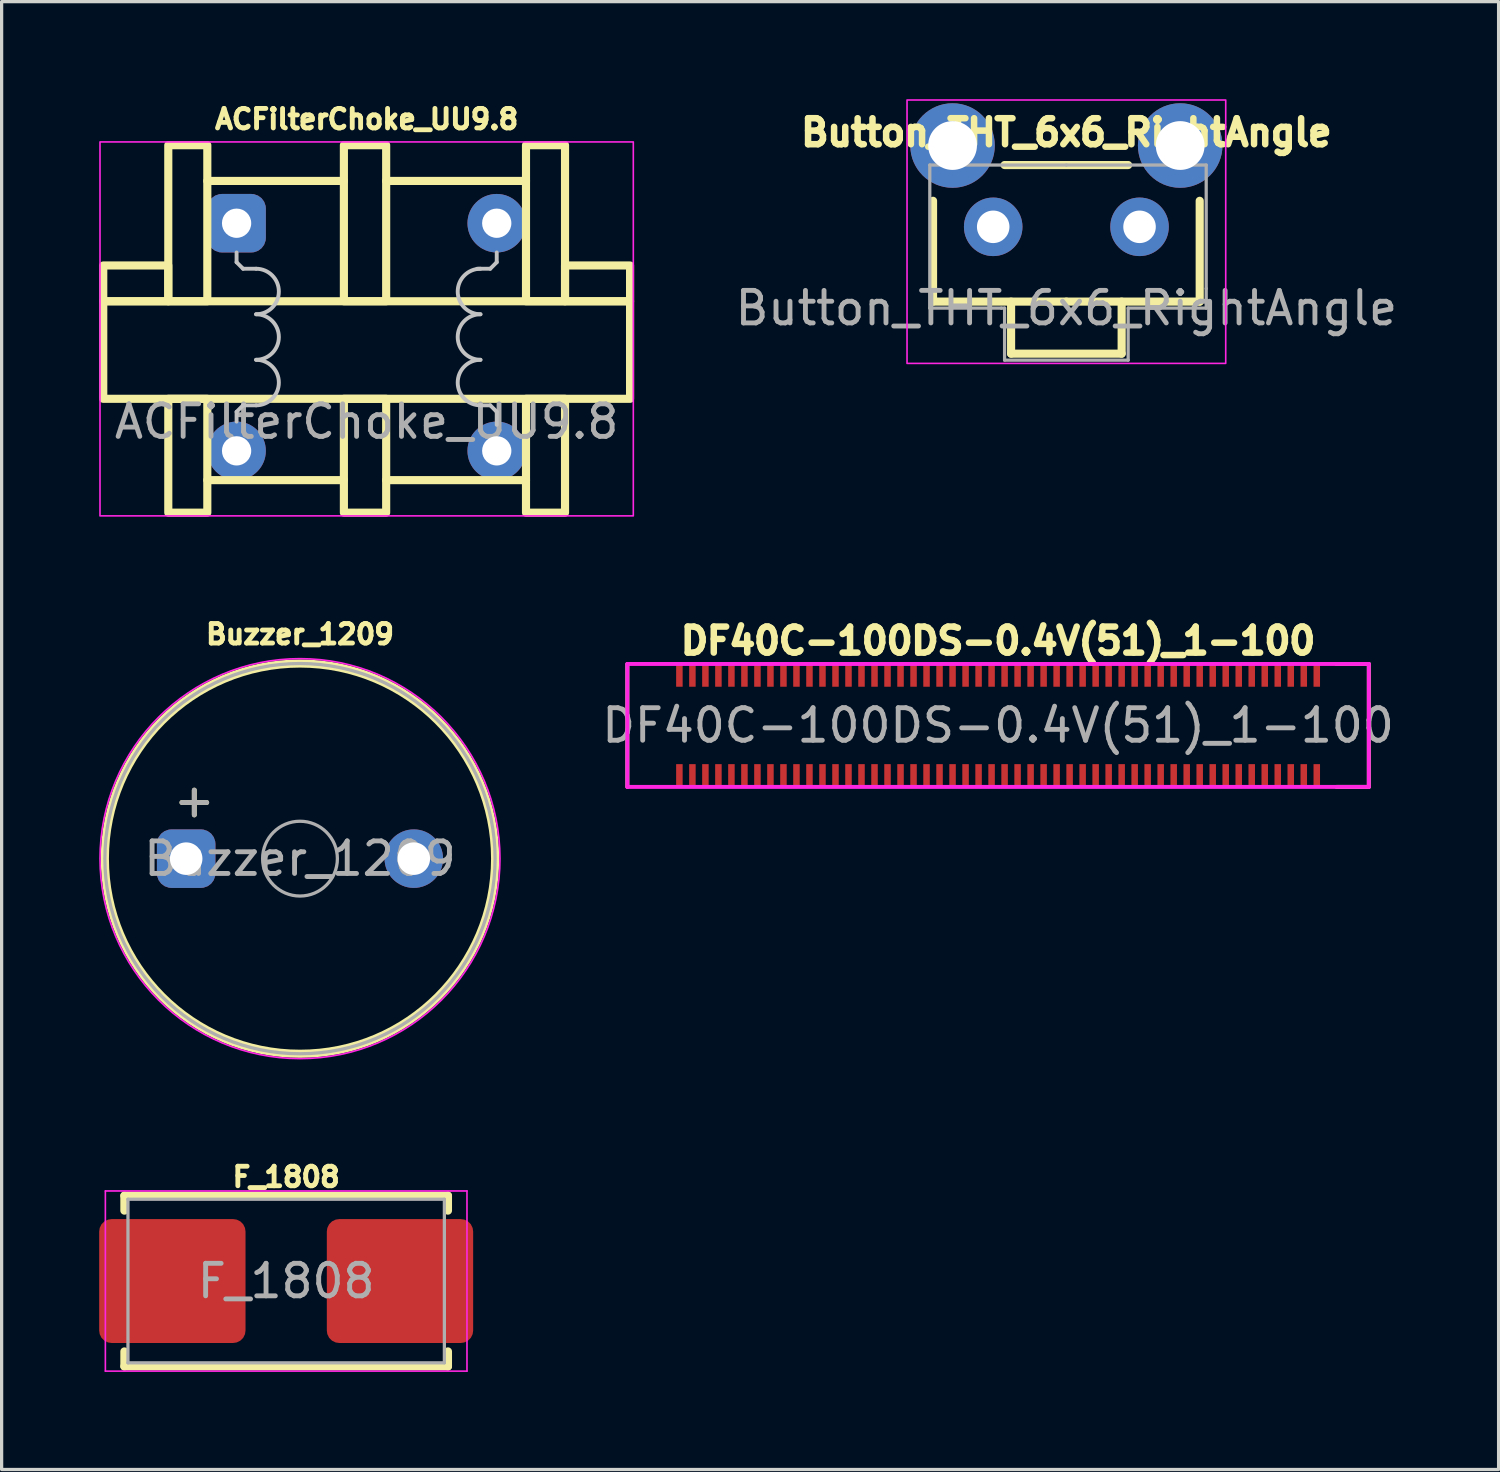
<source format=kicad_pcb>
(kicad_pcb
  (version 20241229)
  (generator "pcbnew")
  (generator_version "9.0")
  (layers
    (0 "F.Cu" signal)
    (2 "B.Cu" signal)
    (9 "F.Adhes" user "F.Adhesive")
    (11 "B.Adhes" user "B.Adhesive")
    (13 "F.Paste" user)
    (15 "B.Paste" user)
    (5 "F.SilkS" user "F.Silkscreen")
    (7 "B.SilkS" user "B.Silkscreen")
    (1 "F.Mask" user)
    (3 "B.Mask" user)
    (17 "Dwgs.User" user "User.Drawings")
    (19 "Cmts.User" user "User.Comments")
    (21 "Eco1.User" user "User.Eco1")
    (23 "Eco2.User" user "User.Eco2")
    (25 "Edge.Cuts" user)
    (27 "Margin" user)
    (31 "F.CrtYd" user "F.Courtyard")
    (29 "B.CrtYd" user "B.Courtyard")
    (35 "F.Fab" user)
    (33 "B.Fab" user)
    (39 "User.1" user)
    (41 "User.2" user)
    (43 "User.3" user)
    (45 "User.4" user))
  (footprint "Button_THT_6x6_RightAngle"
    (layer "F.Cu")
    (at 29.742 3.925)
    (property "Reference" "Button_THT_6x6_RightAngle" (at 0 -2.9 0) (unlocked yes) (layer "F.SilkS") (effects (font (size 0.8 0.8) (thickness 0.2) (bold yes))))
    (attr through_hole)
    (fp_line (start -4.1 2.3) (end -4.1 -0.8) (stroke (width 0.25) (type default)) (layer "F.SilkS"))
    (fp_line (start -1.9 -1.9) (end 1.9 -1.9) (stroke (width 0.25) (type default)) (layer "F.SilkS"))
    (fp_line (start -1.7 3.9) (end -1.7 2.3) (stroke (width 0.25) (type default)) (layer "F.SilkS"))
    (fp_line (start 0 2.3) (end -4.1 2.3) (stroke (width 0.25) (type default)) (layer "F.SilkS"))
    (fp_line (start 0 2.3) (end 4.1 2.3) (stroke (width 0.25) (type default)) (layer "F.SilkS"))
    (fp_line (start 1.7 2.3) (end 1.7 3.9) (stroke (width 0.25) (type default)) (layer "F.SilkS"))
    (fp_line (start 1.7 3.9) (end -1.7 3.9) (stroke (width 0.25) (type default)) (layer "F.SilkS"))
    (fp_line (start 4.1 2.3) (end 4.1 -0.8) (stroke (width 0.25) (type default)) (layer "F.SilkS"))
    (fp_rect (start -4.9 -3.9) (end 4.9 4.2) (stroke (width 0.05) (type default)) (fill no) (layer "F.CrtYd"))
    (fp_line (start -4.2 -1.9) (end -4.2 2.5) (stroke (width 0.1) (type default)) (layer "F.Fab"))
    (fp_line (start -4.2 2.5) (end -2 2.5) (stroke (width 0.1) (type default)) (layer "F.Fab"))
    (fp_line (start -2 2.5) (end -1.9 2.5) (stroke (width 0.1) (type default)) (layer "F.Fab"))
    (fp_line (start -1.9 2.5) (end -1.9 4.1) (stroke (width 0.1) (type default)) (layer "F.Fab"))
    (fp_line (start -1.9 4.1) (end 1.9 4.1) (stroke (width 0.1) (type default)) (layer "F.Fab"))
    (fp_line (start 0 -1.9) (end -4.2 -1.9) (stroke (width 0.1) (type default)) (layer "F.Fab"))
    (fp_line (start 1.9 2.5) (end 4.3 2.5) (stroke (width 0.1) (type default)) (layer "F.Fab"))
    (fp_line (start 1.9 4.1) (end 1.9 2.5) (stroke (width 0.1) (type default)) (layer "F.Fab"))
    (fp_line (start 4.3 -1.9) (end 0 -1.9) (stroke (width 0.1) (type default)) (layer "F.Fab"))
    (fp_line (start 4.3 1.9) (end 4.3 -1.9) (stroke (width 0.1) (type default)) (layer "F.Fab"))
    (fp_line (start 4.3 2.5) (end 4.3 1.9) (stroke (width 0.1) (type default)) (layer "F.Fab"))
    (fp_text user "${REFERENCE}" (at 0 2.5 0) (unlocked yes) (layer "F.Fab") (effects (font (size 1 1) (thickness 0.15))))
    (pad "" thru_hole circle (at -3.5 -2.5) (size 2.6 2.6) (drill 1.5) (layers "*.Cu" "*.Mask"))
    (pad "" thru_hole circle (at 3.5 -2.5) (size 2.6 2.6) (drill 1.5) (layers "*.Cu" "*.Mask"))
    (pad "1" thru_hole circle (at -2.25 0) (size 1.8 1.8) (drill 1) (layers "*.Cu" "*.Mask"))
    (pad "2" thru_hole circle (at 2.25 0) (size 1.8 1.8) (drill 1) (layers "*.Cu" "*.Mask")))
  (footprint "Buzzer_1209"
    (layer "F.Cu")
    (at 6.175 23.354)
    (property "Reference" "Buzzer_1209" (at 0 -6.9 0) (unlocked yes) (layer "F.SilkS") (effects (font (size 0.6 0.6) (thickness 0.15) (bold yes))))
    (attr through_hole)
    (fp_circle (center 0 0) (end 6 0) (stroke (width 0.25) (type solid)) (fill no) (layer "F.SilkS"))
    (fp_circle (center 0 0) (end 6.15 0) (stroke (width 0.05) (type solid)) (fill no) (layer "F.CrtYd"))
    (fp_circle (center 0 0) (end 1.15 0) (stroke (width 0.1) (type solid)) (fill no) (layer "F.Fab"))
    (fp_circle (center 0 0) (end 6 0) (stroke (width 0.1) (type solid)) (fill no) (layer "F.Fab"))
    (fp_text user "+" (at -3.25 -1.8 0) (layer "F.SilkS") (effects (font (size 1 1) (thickness 0.15))))
    (fp_text user "+" (at -3.25 -1.8 0) (layer "F.Fab") (effects (font (size 1 1) (thickness 0.15))))
    (fp_text user "${REFERENCE}" (at 0 0 0) (unlocked yes) (layer "F.Fab") (effects (font (size 1 1) (thickness 0.15))))
    (pad "1" thru_hole roundrect (at -3.5 0) (size 1.8 1.8) (drill 1) (layers "*.Cu" "*.Mask") (roundrect_rratio 0.25))
    (pad "2" thru_hole circle (at 3.5 0) (size 1.8 1.8) (drill 1) (layers "*.Cu" "*.Mask")))
  (footprint "ACFilterChoke_UU9.8"
    (layer "F.Cu")
    (at 8.225 7.414)
    (property "Reference" "ACFilterChoke_UU9.8" (at 0 -6.8 0) (unlocked yes) (layer "F.SilkS") (effects (font (size 0.6 0.6) (thickness 0.15) (bold yes))))
    (attr through_hole)
    (fp_line (start -4.9 -4.9) (end -0.7 -4.9) (stroke (width 0.25) (type solid)) (layer "F.SilkS"))
    (fp_line (start -4.9 4.3) (end -0.7 4.3) (stroke (width 0.25) (type solid)) (layer "F.SilkS"))
    (fp_line (start 0.6 -4.9) (end 4.9 -4.9) (stroke (width 0.25) (type solid)) (layer "F.SilkS"))
    (fp_line (start 0.6 4.3) (end 4.9 4.3) (stroke (width 0.25) (type solid)) (layer "F.SilkS"))
    (fp_rect (start -8.1 -1.2) (end -6.1 -2.3) (stroke (width 0.25) (type solid)) (fill no) (layer "F.SilkS"))
    (fp_rect (start -8.1 -1.2) (end 8.1 1.8) (stroke (width 0.25) (type solid)) (fill no) (layer "F.SilkS"))
    (fp_rect (start -6.1 -1.2) (end -4.9 -6) (stroke (width 0.25) (type solid)) (fill no) (layer "F.SilkS"))
    (fp_rect (start -6.1 1.8) (end -4.9 5.3) (stroke (width 0.25) (type solid)) (fill no) (layer "F.SilkS"))
    (fp_rect (start -0.7 -1.2) (end 0.6 -6) (stroke (width 0.25) (type solid)) (fill no) (layer "F.SilkS"))
    (fp_rect (start 0.6 5.3) (end -0.7 1.8) (stroke (width 0.25) (type solid)) (fill no) (layer "F.SilkS"))
    (fp_rect (start 4.9 -1.2) (end 6.1 -6) (stroke (width 0.25) (type solid)) (fill no) (layer "F.SilkS"))
    (fp_rect (start 6.1 -1.2) (end 8.1 -2.3) (stroke (width 0.25) (type solid)) (fill no) (layer "F.SilkS"))
    (fp_rect (start 6.1 5.3) (end 4.9 1.8) (stroke (width 0.25) (type solid)) (fill no) (layer "F.SilkS"))
    (fp_line (start -4 -2.7) (end -4 -2.4) (stroke (width 0.12) (type solid)) (layer "Dwgs.User"))
    (fp_line (start -4 -2.4) (end -3.8 -2.2) (stroke (width 0.12) (type solid)) (layer "Dwgs.User"))
    (fp_line (start -4 2.2) (end -4 2.5) (stroke (width 0.12) (type solid)) (layer "Dwgs.User"))
    (fp_line (start -3.8 -2.2) (end -3.4 -2.2) (stroke (width 0.12) (type solid)) (layer "Dwgs.User"))
    (fp_line (start -3.8 2) (end -4 2.2) (stroke (width 0.12) (type solid)) (layer "Dwgs.User"))
    (fp_line (start -3.4 2) (end -3.8 2) (stroke (width 0.12) (type solid)) (layer "Dwgs.User"))
    (fp_line (start 3.4 -2.2) (end 3.8 -2.2) (stroke (width 0.12) (type solid)) (layer "Dwgs.User"))
    (fp_line (start 3.8 -2.2) (end 4 -2.4) (stroke (width 0.12) (type solid)) (layer "Dwgs.User"))
    (fp_line (start 3.8 2) (end 3.5 2) (stroke (width 0.12) (type solid)) (layer "Dwgs.User"))
    (fp_line (start 4 -2.4) (end 4 -2.7) (stroke (width 0.12) (type solid)) (layer "Dwgs.User"))
    (fp_line (start 4 2.2) (end 3.8 2) (stroke (width 0.12) (type solid)) (layer "Dwgs.User"))
    (fp_line (start 4 2.6) (end 4 2.2) (stroke (width 0.12) (type solid)) (layer "Dwgs.User"))
    (fp_arc (start -3.4 -2.2) (mid -2.7 -1.5) (end -3.4 -0.8) (stroke (width 0.12) (type solid)) (layer "Dwgs.User"))
    (fp_arc (start -3.4 -0.8) (mid -2.7 -0.1) (end -3.4 0.6) (stroke (width 0.12) (type solid)) (layer "Dwgs.User"))
    (fp_arc (start -3.4 0.6) (mid -2.7 1.3) (end -3.4 2) (stroke (width 0.12) (type solid)) (layer "Dwgs.User"))
    (fp_arc (start 3.5 -0.8) (mid 2.8 -1.5) (end 3.5 -2.2) (stroke (width 0.12) (type solid)) (layer "Dwgs.User"))
    (fp_arc (start 3.5 0.6) (mid 2.8 -0.1) (end 3.5 -0.8) (stroke (width 0.12) (type solid)) (layer "Dwgs.User"))
    (fp_arc (start 3.5 2) (mid 2.8 1.3) (end 3.5 0.6) (stroke (width 0.12) (type solid)) (layer "Dwgs.User"))
    (fp_rect (start -8.2 -6.1) (end 8.2 5.4) (stroke (width 0.05) (type solid)) (fill no) (layer "F.CrtYd"))
    (fp_text user "${REFERENCE}" (at 0 2.5 0) (unlocked yes) (layer "F.Fab") (effects (font (size 1 1) (thickness 0.15))))
    (pad "1" thru_hole roundrect (at -4 -3.6) (size 1.8 1.8) (drill 0.9) (layers "*.Cu" "*.Mask") (roundrect_rratio 0.25))
    (pad "2" thru_hole circle (at -4 3.4) (size 1.8 1.8) (drill 0.9) (layers "*.Cu" "*.Mask"))
    (pad "3" thru_hole circle (at 4 3.4) (size 1.8 1.8) (drill 0.9) (layers "*.Cu" "*.Mask"))
    (pad "4" thru_hole circle (at 4 -3.6) (size 1.8 1.8) (drill 0.9) (layers "*.Cu" "*.Mask")))
  (footprint "DF40C-100DS-0.4V(51)_1-100"
    (layer "F.Cu")
    (at 27.642 19.258)
    (property "Reference" "DF40C-100DS-0.4V(51)_1-100" (at 0 -2.6 0) (unlocked yes) (layer "F.SilkS") (effects (font (size 0.8 0.8) (thickness 0.2) (bold yes))))
    (attr smd)
    (fp_line (start -11.4 1.89) (end -11.4 -1.89) (stroke (width 0.12) (type solid)) (layer "F.SilkS"))
    (fp_line (start 11.4 -1.89) (end 10.4 -1.89) (stroke (width 0.12) (type solid)) (layer "F.SilkS"))
    (fp_line (start 11.4 1.89) (end 10.4 1.89) (stroke (width 0.12) (type solid)) (layer "F.SilkS"))
    (fp_line (start 11.4 1.89) (end 11.4 -1.89) (stroke (width 0.12) (type solid)) (layer "F.SilkS"))
    (fp_line (start -11.4 -1.89) (end 11.4 -1.89) (stroke (width 0.12) (type solid)) (layer "F.CrtYd"))
    (fp_line (start -11.4 1.89) (end -11.4 -1.89) (stroke (width 0.12) (type solid)) (layer "F.CrtYd"))
    (fp_line (start 11.4 -1.89) (end 11.4 1.89) (stroke (width 0.12) (type solid)) (layer "F.CrtYd"))
    (fp_line (start 11.4 1.89) (end -11.4 1.89) (stroke (width 0.12) (type solid)) (layer "F.CrtYd"))
    (fp_text user "${REFERENCE}" (at 0 0 0) (unlocked yes) (layer "F.Fab") (effects (font (size 1 1) (thickness 0.15))))
    (pad "1" smd rect (at -9.8 1.54 180) (size 0.2 0.7) (layers "F.Cu" "F.Mask" "F.Paste"))
    (pad "2" smd rect (at -9.8 -1.54 180) (size 0.2 0.7) (layers "F.Cu" "F.Mask" "F.Paste"))
    (pad "3" smd rect (at -9.4 1.54 180) (size 0.2 0.7) (layers "F.Cu" "F.Mask" "F.Paste"))
    (pad "4" smd rect (at -9.4 -1.54 180) (size 0.2 0.7) (layers "F.Cu" "F.Mask" "F.Paste"))
    (pad "5" smd rect (at -9 1.54 180) (size 0.2 0.7) (layers "F.Cu" "F.Mask" "F.Paste"))
    (pad "6" smd rect (at -9 -1.54 180) (size 0.2 0.7) (layers "F.Cu" "F.Mask" "F.Paste"))
    (pad "7" smd rect (at -8.6 1.54 180) (size 0.2 0.7) (layers "F.Cu" "F.Mask" "F.Paste"))
    (pad "8" smd rect (at -8.6 -1.54 180) (size 0.2 0.7) (layers "F.Cu" "F.Mask" "F.Paste"))
    (pad "9" smd rect (at -8.2 1.54 180) (size 0.2 0.7) (layers "F.Cu" "F.Mask" "F.Paste"))
    (pad "10" smd rect (at -8.2 -1.54 180) (size 0.2 0.7) (layers "F.Cu" "F.Mask" "F.Paste"))
    (pad "11" smd rect (at -7.8 1.54 180) (size 0.2 0.7) (layers "F.Cu" "F.Mask" "F.Paste"))
    (pad "12" smd rect (at -7.8 -1.54 180) (size 0.2 0.7) (layers "F.Cu" "F.Mask" "F.Paste"))
    (pad "13" smd rect (at -7.4 1.54 180) (size 0.2 0.7) (layers "F.Cu" "F.Mask" "F.Paste"))
    (pad "14" smd rect (at -7.4 -1.54 180) (size 0.2 0.7) (layers "F.Cu" "F.Mask" "F.Paste"))
    (pad "15" smd rect (at -7 1.54 180) (size 0.2 0.7) (layers "F.Cu" "F.Mask" "F.Paste"))
    (pad "16" smd rect (at -7 -1.54 180) (size 0.2 0.7) (layers "F.Cu" "F.Mask" "F.Paste"))
    (pad "17" smd rect (at -6.6 1.54 180) (size 0.2 0.7) (layers "F.Cu" "F.Mask" "F.Paste"))
    (pad "18" smd rect (at -6.6 -1.54 180) (size 0.2 0.7) (layers "F.Cu" "F.Mask" "F.Paste"))
    (pad "19" smd rect (at -6.2 1.54 180) (size 0.2 0.7) (layers "F.Cu" "F.Mask" "F.Paste"))
    (pad "20" smd rect (at -6.2 -1.54 180) (size 0.2 0.7) (layers "F.Cu" "F.Mask" "F.Paste"))
    (pad "21" smd rect (at -5.8 1.54 180) (size 0.2 0.7) (layers "F.Cu" "F.Mask" "F.Paste"))
    (pad "22" smd rect (at -5.8 -1.54 180) (size 0.2 0.7) (layers "F.Cu" "F.Mask" "F.Paste"))
    (pad "23" smd rect (at -5.4 1.54 180) (size 0.2 0.7) (layers "F.Cu" "F.Mask" "F.Paste"))
    (pad "24" smd rect (at -5.4 -1.54 180) (size 0.2 0.7) (layers "F.Cu" "F.Mask" "F.Paste"))
    (pad "25" smd rect (at -5 1.54 180) (size 0.2 0.7) (layers "F.Cu" "F.Mask" "F.Paste"))
    (pad "26" smd rect (at -5 -1.54 180) (size 0.2 0.7) (layers "F.Cu" "F.Mask" "F.Paste"))
    (pad "27" smd rect (at -4.6 1.54 180) (size 0.2 0.7) (layers "F.Cu" "F.Mask" "F.Paste"))
    (pad "28" smd rect (at -4.6 -1.54 180) (size 0.2 0.7) (layers "F.Cu" "F.Mask" "F.Paste"))
    (pad "29" smd rect (at -4.2 1.54 180) (size 0.2 0.7) (layers "F.Cu" "F.Mask" "F.Paste"))
    (pad "30" smd rect (at -4.2 -1.54 180) (size 0.2 0.7) (layers "F.Cu" "F.Mask" "F.Paste"))
    (pad "31" smd rect (at -3.8 1.54 180) (size 0.2 0.7) (layers "F.Cu" "F.Mask" "F.Paste"))
    (pad "32" smd rect (at -3.8 -1.54 180) (size 0.2 0.7) (layers "F.Cu" "F.Mask" "F.Paste"))
    (pad "33" smd rect (at -3.4 1.54 180) (size 0.2 0.7) (layers "F.Cu" "F.Mask" "F.Paste"))
    (pad "34" smd rect (at -3.4 -1.54 180) (size 0.2 0.7) (layers "F.Cu" "F.Mask" "F.Paste"))
    (pad "35" smd rect (at -3 1.54 180) (size 0.2 0.7) (layers "F.Cu" "F.Mask" "F.Paste"))
    (pad "36" smd rect (at -3 -1.54 180) (size 0.2 0.7) (layers "F.Cu" "F.Mask" "F.Paste"))
    (pad "37" smd rect (at -2.6 1.54 180) (size 0.2 0.7) (layers "F.Cu" "F.Mask" "F.Paste"))
    (pad "38" smd rect (at -2.6 -1.54 180) (size 0.2 0.7) (layers "F.Cu" "F.Mask" "F.Paste"))
    (pad "39" smd rect (at -2.2 1.54 180) (size 0.2 0.7) (layers "F.Cu" "F.Mask" "F.Paste"))
    (pad "40" smd rect (at -2.2 -1.54 180) (size 0.2 0.7) (layers "F.Cu" "F.Mask" "F.Paste"))
    (pad "41" smd rect (at -1.8 1.54 180) (size 0.2 0.7) (layers "F.Cu" "F.Mask" "F.Paste"))
    (pad "42" smd rect (at -1.8 -1.54 180) (size 0.2 0.7) (layers "F.Cu" "F.Mask" "F.Paste"))
    (pad "43" smd rect (at -1.4 1.54 180) (size 0.2 0.7) (layers "F.Cu" "F.Mask" "F.Paste"))
    (pad "44" smd rect (at -1.4 -1.54 180) (size 0.2 0.7) (layers "F.Cu" "F.Mask" "F.Paste"))
    (pad "45" smd rect (at -1 1.54 180) (size 0.2 0.7) (layers "F.Cu" "F.Mask" "F.Paste"))
    (pad "46" smd rect (at -1 -1.54 180) (size 0.2 0.7) (layers "F.Cu" "F.Mask" "F.Paste"))
    (pad "47" smd rect (at -0.6 1.54 180) (size 0.2 0.7) (layers "F.Cu" "F.Mask" "F.Paste"))
    (pad "48" smd rect (at -0.6 -1.54 180) (size 0.2 0.7) (layers "F.Cu" "F.Mask" "F.Paste"))
    (pad "49" smd rect (at -0.2 1.54 180) (size 0.2 0.7) (layers "F.Cu" "F.Mask" "F.Paste"))
    (pad "50" smd rect (at -0.2 -1.54 180) (size 0.2 0.7) (layers "F.Cu" "F.Mask" "F.Paste"))
    (pad "51" smd rect (at 0.2 1.54 180) (size 0.2 0.7) (layers "F.Cu" "F.Mask" "F.Paste"))
    (pad "52" smd rect (at 0.2 -1.54 180) (size 0.2 0.7) (layers "F.Cu" "F.Mask" "F.Paste"))
    (pad "53" smd rect (at 0.6 1.54 180) (size 0.2 0.7) (layers "F.Cu" "F.Mask" "F.Paste"))
    (pad "54" smd rect (at 0.6 -1.54 180) (size 0.2 0.7) (layers "F.Cu" "F.Mask" "F.Paste"))
    (pad "55" smd rect (at 1 1.54 180) (size 0.2 0.7) (layers "F.Cu" "F.Mask" "F.Paste"))
    (pad "56" smd rect (at 1 -1.54 180) (size 0.2 0.7) (layers "F.Cu" "F.Mask" "F.Paste"))
    (pad "57" smd rect (at 1.4 1.54 180) (size 0.2 0.7) (layers "F.Cu" "F.Mask" "F.Paste"))
    (pad "58" smd rect (at 1.4 -1.54 180) (size 0.2 0.7) (layers "F.Cu" "F.Mask" "F.Paste"))
    (pad "59" smd rect (at 1.8 1.54 180) (size 0.2 0.7) (layers "F.Cu" "F.Mask" "F.Paste"))
    (pad "60" smd rect (at 1.8 -1.54 180) (size 0.2 0.7) (layers "F.Cu" "F.Mask" "F.Paste"))
    (pad "61" smd rect (at 2.2 1.54 180) (size 0.2 0.7) (layers "F.Cu" "F.Mask" "F.Paste"))
    (pad "62" smd rect (at 2.2 -1.54 180) (size 0.2 0.7) (layers "F.Cu" "F.Mask" "F.Paste"))
    (pad "63" smd rect (at 2.6 1.54 180) (size 0.2 0.7) (layers "F.Cu" "F.Mask" "F.Paste"))
    (pad "64" smd rect (at 2.6 -1.54 180) (size 0.2 0.7) (layers "F.Cu" "F.Mask" "F.Paste"))
    (pad "65" smd rect (at 3 1.54 180) (size 0.2 0.7) (layers "F.Cu" "F.Mask" "F.Paste"))
    (pad "66" smd rect (at 3 -1.54 180) (size 0.2 0.7) (layers "F.Cu" "F.Mask" "F.Paste"))
    (pad "67" smd rect (at 3.4 1.54 180) (size 0.2 0.7) (layers "F.Cu" "F.Mask" "F.Paste"))
    (pad "68" smd rect (at 3.4 -1.54 180) (size 0.2 0.7) (layers "F.Cu" "F.Mask" "F.Paste"))
    (pad "69" smd rect (at 3.8 1.54 180) (size 0.2 0.7) (layers "F.Cu" "F.Mask" "F.Paste"))
    (pad "70" smd rect (at 3.8 -1.54 180) (size 0.2 0.7) (layers "F.Cu" "F.Mask" "F.Paste"))
    (pad "71" smd rect (at 4.2 1.54 180) (size 0.2 0.7) (layers "F.Cu" "F.Mask" "F.Paste"))
    (pad "72" smd rect (at 4.2 -1.54 180) (size 0.2 0.7) (layers "F.Cu" "F.Mask" "F.Paste"))
    (pad "73" smd rect (at 4.6 1.54 180) (size 0.2 0.7) (layers "F.Cu" "F.Mask" "F.Paste"))
    (pad "74" smd rect (at 4.6 -1.54 180) (size 0.2 0.7) (layers "F.Cu" "F.Mask" "F.Paste"))
    (pad "75" smd rect (at 5 1.54 180) (size 0.2 0.7) (layers "F.Cu" "F.Mask" "F.Paste"))
    (pad "76" smd rect (at 5 -1.54 180) (size 0.2 0.7) (layers "F.Cu" "F.Mask" "F.Paste"))
    (pad "77" smd rect (at 5.4 1.54 180) (size 0.2 0.7) (layers "F.Cu" "F.Mask" "F.Paste"))
    (pad "78" smd rect (at 5.4 -1.54 180) (size 0.2 0.7) (layers "F.Cu" "F.Mask" "F.Paste"))
    (pad "79" smd rect (at 5.8 1.54 180) (size 0.2 0.7) (layers "F.Cu" "F.Mask" "F.Paste"))
    (pad "80" smd rect (at 5.8 -1.54 180) (size 0.2 0.7) (layers "F.Cu" "F.Mask" "F.Paste"))
    (pad "81" smd rect (at 6.2 1.54 180) (size 0.2 0.7) (layers "F.Cu" "F.Mask" "F.Paste"))
    (pad "82" smd rect (at 6.2 -1.54 180) (size 0.2 0.7) (layers "F.Cu" "F.Mask" "F.Paste"))
    (pad "83" smd rect (at 6.6 1.54 180) (size 0.2 0.7) (layers "F.Cu" "F.Mask" "F.Paste"))
    (pad "84" smd rect (at 6.6 -1.54 180) (size 0.2 0.7) (layers "F.Cu" "F.Mask" "F.Paste"))
    (pad "85" smd rect (at 7 1.54 180) (size 0.2 0.7) (layers "F.Cu" "F.Mask" "F.Paste"))
    (pad "86" smd rect (at 7 -1.54 180) (size 0.2 0.7) (layers "F.Cu" "F.Mask" "F.Paste"))
    (pad "87" smd rect (at 7.4 1.54 180) (size 0.2 0.7) (layers "F.Cu" "F.Mask" "F.Paste"))
    (pad "88" smd rect (at 7.4 -1.54 180) (size 0.2 0.7) (layers "F.Cu" "F.Mask" "F.Paste"))
    (pad "89" smd rect (at 7.8 1.54 180) (size 0.2 0.7) (layers "F.Cu" "F.Mask" "F.Paste"))
    (pad "90" smd rect (at 7.8 -1.54 180) (size 0.2 0.7) (layers "F.Cu" "F.Mask" "F.Paste"))
    (pad "91" smd rect (at 8.2 1.54 180) (size 0.2 0.7) (layers "F.Cu" "F.Mask" "F.Paste"))
    (pad "92" smd rect (at 8.2 -1.54 180) (size 0.2 0.7) (layers "F.Cu" "F.Mask" "F.Paste"))
    (pad "93" smd rect (at 8.6 1.54 180) (size 0.2 0.7) (layers "F.Cu" "F.Mask" "F.Paste"))
    (pad "94" smd rect (at 8.6 -1.54 180) (size 0.2 0.7) (layers "F.Cu" "F.Mask" "F.Paste"))
    (pad "95" smd rect (at 9 1.54 180) (size 0.2 0.7) (layers "F.Cu" "F.Mask" "F.Paste"))
    (pad "96" smd rect (at 9 -1.54 180) (size 0.2 0.7) (layers "F.Cu" "F.Mask" "F.Paste"))
    (pad "97" smd rect (at 9.4 1.54 180) (size 0.2 0.7) (layers "F.Cu" "F.Mask" "F.Paste"))
    (pad "98" smd rect (at 9.4 -1.54 180) (size 0.2 0.7) (layers "F.Cu" "F.Mask" "F.Paste"))
    (pad "99" smd rect (at 9.8 1.54 180) (size 0.2 0.7) (layers "F.Cu" "F.Mask" "F.Paste"))
    (pad "100" smd rect (at 9.8 -1.54 180) (size 0.2 0.7) (layers "F.Cu" "F.Mask" "F.Paste")))
  (footprint "F_1808"
    (layer "F.Cu")
    (at 5.75 36.343)
    (property "Reference" "F_1808" (at 0 -3.2 0) (unlocked yes) (layer "F.SilkS") (effects (font (size 0.6 0.6) (thickness 0.15) (bold yes))))
    (attr smd)
    (fp_line (start -4.975 -2.625) (end -4.975 -2.165) (stroke (width 0.25) (type solid)) (layer "F.SilkS"))
    (fp_line (start -4.975 -2.625) (end 4.975 -2.625) (stroke (width 0.25) (type solid)) (layer "F.SilkS"))
    (fp_line (start -4.975 2.165) (end -4.975 2.625) (stroke (width 0.25) (type solid)) (layer "F.SilkS"))
    (fp_line (start -4.975 2.625) (end 4.975 2.625) (stroke (width 0.25) (type solid)) (layer "F.SilkS"))
    (fp_line (start 4.975 -2.625) (end 4.975 -2.165) (stroke (width 0.25) (type solid)) (layer "F.SilkS"))
    (fp_line (start 4.975 2.625) (end 4.975 2.165) (stroke (width 0.25) (type solid)) (layer "F.SilkS"))
    (fp_line (start -5.56 -2.77) (end -5.56 2.77) (stroke (width 0.05) (type solid)) (layer "F.CrtYd"))
    (fp_line (start -5.56 -2.77) (end 5.56 -2.77) (stroke (width 0.05) (type solid)) (layer "F.CrtYd"))
    (fp_line (start -5.56 2.77) (end 5.56 2.77) (stroke (width 0.05) (type solid)) (layer "F.CrtYd"))
    (fp_line (start 5.56 -2.77) (end 5.56 2.77) (stroke (width 0.05) (type solid)) (layer "F.CrtYd"))
    (fp_line (start -4.865 -2.515) (end -4.865 2.515) (stroke (width 0.1) (type solid)) (layer "F.Fab"))
    (fp_line (start -4.865 -2.515) (end 4.865 -2.515) (stroke (width 0.1) (type solid)) (layer "F.Fab"))
    (fp_line (start -4.865 2.515) (end 4.865 2.515) (stroke (width 0.1) (type solid)) (layer "F.Fab"))
    (fp_line (start 4.865 2.515) (end 4.865 -2.515) (stroke (width 0.1) (type solid)) (layer "F.Fab"))
    (fp_text user "${REFERENCE}" (at 0 0 0) (unlocked yes) (layer "F.Fab") (effects (font (size 1 1) (thickness 0.15))))
    (pad "1" smd roundrect (at -3.5 0) (size 4.5 3.81) (layers "F.Cu" "F.Mask" "F.Paste") (roundrect_rratio 0.1))
    (pad "2" smd roundrect (at 3.5 0) (size 4.5 3.81) (layers "F.Cu" "F.Mask" "F.Paste") (roundrect_rratio 0.1)))
  (gr_rect
    (start -3 -3)
    (end 43.033 42.138)
    (stroke (width 0.1) (type default))
    (fill no)
    (layer "Edge.Cuts")))
</source>
